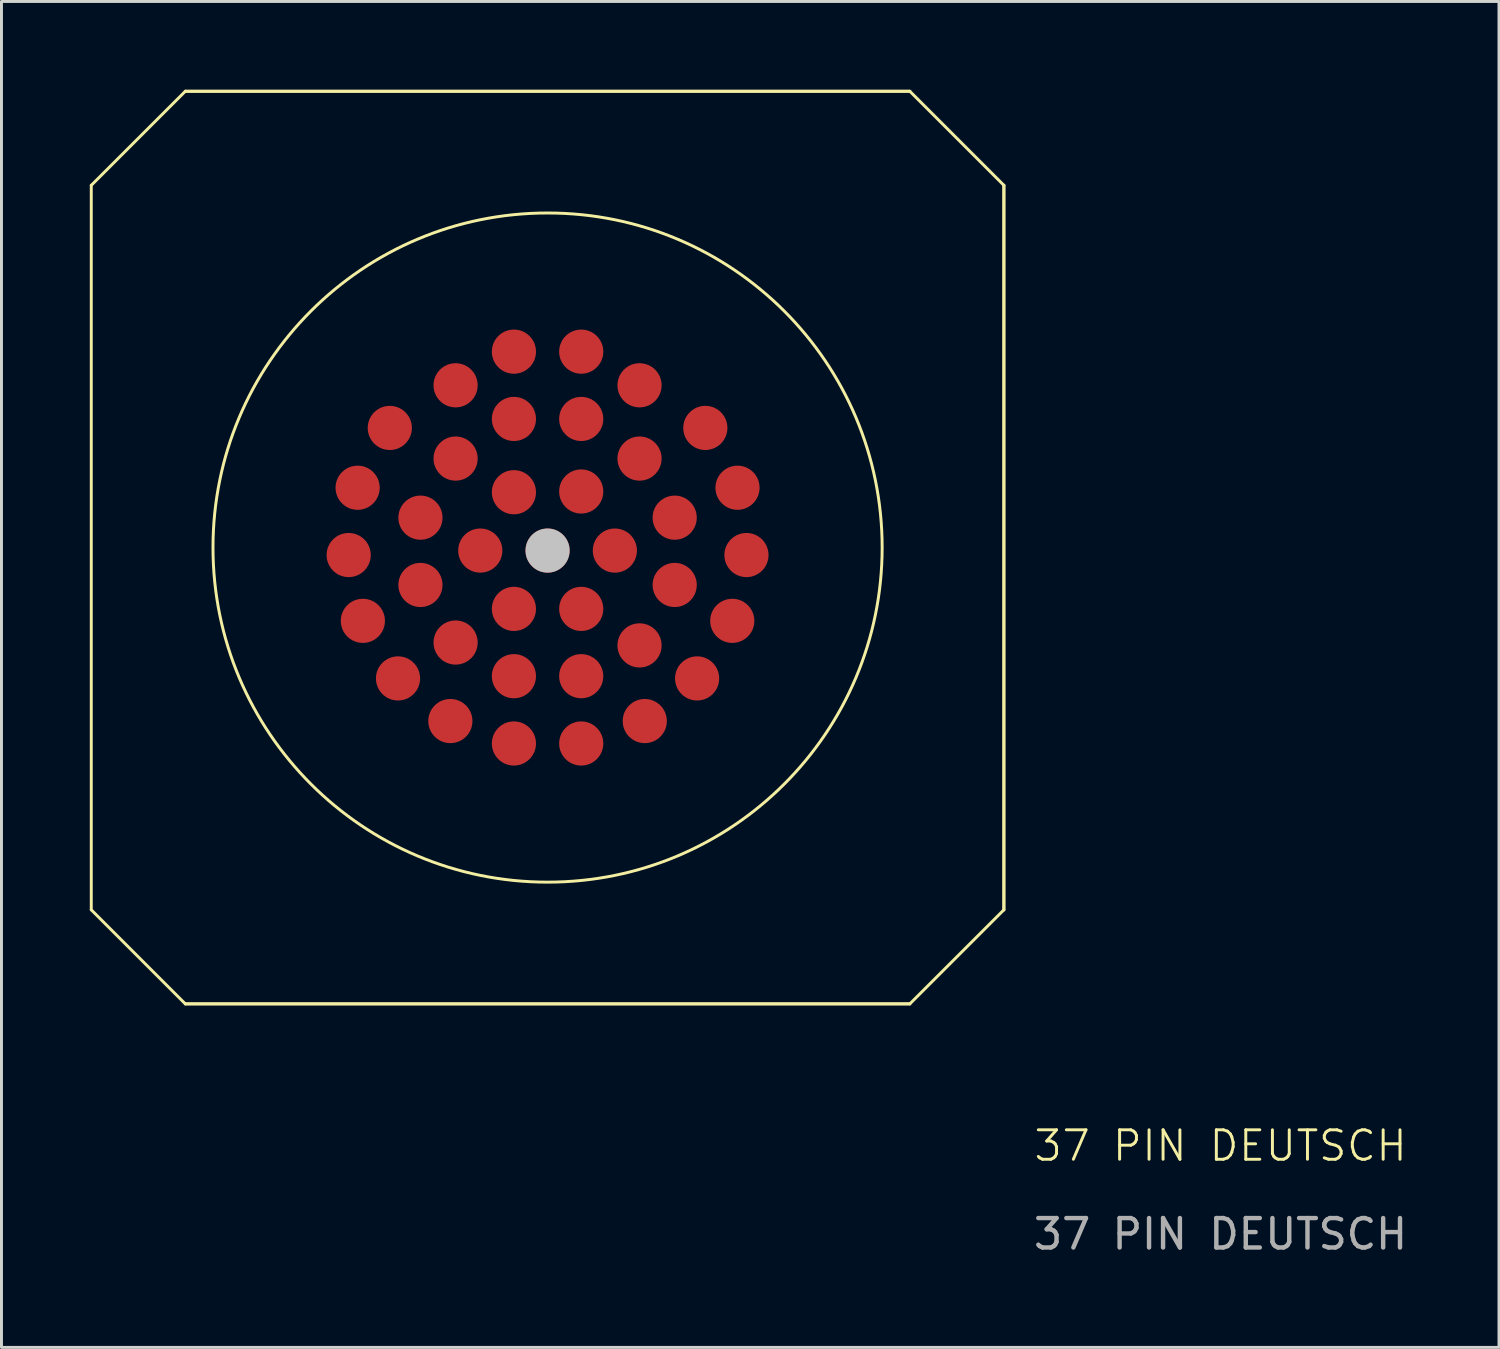
<source format=kicad_pcb>
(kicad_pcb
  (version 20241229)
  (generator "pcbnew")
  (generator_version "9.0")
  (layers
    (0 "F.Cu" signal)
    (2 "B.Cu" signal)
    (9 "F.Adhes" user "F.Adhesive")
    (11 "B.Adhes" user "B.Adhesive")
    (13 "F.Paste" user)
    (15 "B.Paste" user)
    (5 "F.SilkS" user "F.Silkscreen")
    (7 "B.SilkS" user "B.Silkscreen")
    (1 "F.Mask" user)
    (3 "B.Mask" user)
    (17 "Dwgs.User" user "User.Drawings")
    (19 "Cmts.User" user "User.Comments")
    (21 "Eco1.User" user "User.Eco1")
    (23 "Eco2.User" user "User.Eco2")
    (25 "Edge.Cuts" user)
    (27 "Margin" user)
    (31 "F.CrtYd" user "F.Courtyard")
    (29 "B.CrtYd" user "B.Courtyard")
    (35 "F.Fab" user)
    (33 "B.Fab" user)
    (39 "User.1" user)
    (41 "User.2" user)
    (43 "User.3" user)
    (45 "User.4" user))
  (footprint "37 PIN DEUTSCH"
    (layer "F.Cu")
    (at 15.55 15.55)
    (property "Reference" "37 PIN DEUTSCH" (at 22.86 20.32 0) (unlocked yes) (layer "F.SilkS") (effects (font (size 1 1) (thickness 0.1))))
    (attr smd)
    (fp_line (start -15.5 -12.305) (end -12.305 -15.5) (stroke (width 0.1) (type default)) (layer "F.SilkS"))
    (fp_line (start -15.5 12.305) (end -15.5 -12.305) (stroke (width 0.1) (type default)) (layer "F.SilkS"))
    (fp_line (start -12.305 -15.5) (end 12.305 -15.5) (stroke (width 0.1) (type default)) (layer "F.SilkS"))
    (fp_line (start -12.305 -15.5) (end 12.305 -15.5) (stroke (width 0.1) (type default)) (layer "F.SilkS"))
    (fp_line (start -12.305 15.5) (end -15.5 12.305) (stroke (width 0.1) (type default)) (layer "F.SilkS"))
    (fp_line (start -12.305 15.5) (end 12.305 15.5) (stroke (width 0.1) (type default)) (layer "F.SilkS"))
    (fp_line (start 12.305 -15.5) (end 15.5 -12.305) (stroke (width 0.1) (type default)) (layer "F.SilkS"))
    (fp_line (start 12.305 15.5) (end -12.305 15.5) (stroke (width 0.1) (type default)) (layer "F.SilkS"))
    (fp_line (start 15.5 -12.305) (end 15.5 12.305) (stroke (width 0.1) (type default)) (layer "F.SilkS"))
    (fp_line (start 15.5 12.305) (end 12.305 15.5) (stroke (width 0.1) (type default)) (layer "F.SilkS"))
    (fp_line (start 15.5 12.305) (end 15.5 -12.305) (stroke (width 0.1) (type default)) (layer "F.SilkS"))
    (fp_circle (center 0 0) (end 11.365 0) (stroke (width 0.1) (type default)) (fill no) (layer "F.SilkS"))
    (fp_text user "${REFERENCE}" (at 22.86 23.32 0) (unlocked yes) (layer "F.Fab") (effects (font (size 1 1) (thickness 0.15))))
    (pad "1" smd circle (at 1.143 -6.655) (size 1.5 1.5) (layers "F.Cu" "F.Mask" "F.Paste"))
    (pad "2" smd circle (at 3.124 -5.512) (size 1.5 1.5) (layers "F.Cu" "F.Mask" "F.Paste"))
    (pad "3" smd circle (at 5.359 -4.064) (size 1.5 1.5) (layers "F.Cu" "F.Mask" "F.Paste"))
    (pad "4" smd circle (at 6.452 -2.032) (size 1.5 1.5) (layers "F.Cu" "F.Mask" "F.Paste"))
    (pad "5" smd circle (at 6.756 0.254) (size 1.5 1.5) (layers "F.Cu" "F.Mask" "F.Paste"))
    (pad "6" smd circle (at 6.274 2.489) (size 1.5 1.5) (layers "F.Cu" "F.Mask" "F.Paste"))
    (pad "7" smd circle (at 5.08 4.445) (size 1.5 1.5) (layers "F.Cu" "F.Mask" "F.Paste"))
    (pad "8" smd circle (at 3.302 5.893) (size 1.5 1.5) (layers "F.Cu" "F.Mask" "F.Paste"))
    (pad "9" smd circle (at 1.143 6.655) (size 1.5 1.5) (layers "F.Cu" "F.Mask" "F.Paste"))
    (pad "10" smd circle (at -1.143 6.655) (size 1.5 1.5) (layers "F.Cu" "F.Mask" "F.Paste"))
    (pad "11" smd circle (at -3.302 5.893) (size 1.5 1.5) (layers "F.Cu" "F.Mask" "F.Paste"))
    (pad "12" smd circle (at -5.08 4.445) (size 1.5 1.5) (layers "F.Cu" "F.Mask" "F.Paste"))
    (pad "13" smd circle (at -6.274 2.489) (size 1.5 1.5) (layers "F.Cu" "F.Mask" "F.Paste"))
    (pad "14" smd circle (at -6.756 0.254) (size 1.5 1.5) (layers "F.Cu" "F.Mask" "F.Paste"))
    (pad "15" smd circle (at -6.452 -2.032) (size 1.5 1.5) (layers "F.Cu" "F.Mask" "F.Paste"))
    (pad "16" smd circle (at -5.359 -4.064) (size 1.5 1.5) (layers "F.Cu" "F.Mask" "F.Paste"))
    (pad "17" smd circle (at -3.124 -5.512) (size 1.5 1.5) (layers "F.Cu" "F.Mask" "F.Paste"))
    (pad "18" smd circle (at -1.143 -6.655) (size 1.5 1.5) (layers "F.Cu" "F.Mask" "F.Paste"))
    (pad "19" smd circle (at 1.143 -4.369) (size 1.5 1.5) (layers "F.Cu" "F.Mask" "F.Paste"))
    (pad "20" smd circle (at 3.124 -3.023) (size 1.5 1.5) (layers "F.Cu" "F.Mask" "F.Paste"))
    (pad "21" smd circle (at 4.318 -1.016) (size 1.5 1.5) (layers "F.Cu" "F.Mask" "F.Paste"))
    (pad "22" smd circle (at 4.318 1.27) (size 1.5 1.5) (layers "F.Cu" "F.Mask" "F.Paste"))
    (pad "23" smd circle (at 3.124 3.323) (size 1.5 1.5) (layers "F.Cu" "F.Mask" "F.Paste"))
    (pad "24" smd circle (at 1.143 4.369) (size 1.5 1.5) (layers "F.Cu" "F.Mask" "F.Paste"))
    (pad "25" smd circle (at -1.143 4.369) (size 1.5 1.5) (layers "F.Cu" "F.Mask" "F.Paste"))
    (pad "26" smd circle (at -3.124 3.226) (size 1.5 1.5) (layers "F.Cu" "F.Mask" "F.Paste"))
    (pad "27" smd circle (at -4.318 1.27) (size 1.5 1.5) (layers "F.Cu" "F.Mask" "F.Paste"))
    (pad "28" smd circle (at -4.318 -1.016) (size 1.5 1.5) (layers "F.Cu" "F.Mask" "F.Paste"))
    (pad "29" smd circle (at -3.124 -3.023) (size 1.5 1.5) (layers "F.Cu" "F.Mask" "F.Paste"))
    (pad "30" smd circle (at -1.143 -4.369) (size 1.5 1.5) (layers "F.Cu" "F.Mask" "F.Paste"))
    (pad "31" smd circle (at 1.143 -1.905) (size 1.5 1.5) (layers "F.Cu" "F.Mask" "F.Paste"))
    (pad "32" smd circle (at 2.286 0.102) (size 1.5 1.5) (layers "F.Cu" "F.Mask" "F.Paste"))
    (pad "33" smd circle (at 1.143 2.083) (size 1.5 1.5) (layers "F.Cu" "F.Mask" "F.Paste"))
    (pad "34" smd circle (at -1.143 2.083) (size 1.5 1.5) (layers "F.Cu" "F.Mask" "F.Paste"))
    (pad "35" smd circle (at -2.286 0.102) (size 1.5 1.5) (layers "F.Cu" "F.Mask" "F.Paste"))
    (pad "36" smd circle (at -1.143 -1.88) (size 1.5 1.5) (layers "F.Cu" "F.Mask" "F.Paste"))
    (pad "37" smd circle (at 0 0.102) (size 1.5 1.5) (layers "F.Cu" "F.Mask" "F.Paste" "Dwgs.User")))
  (gr_rect
    (start -3 -3)
    (end 47.868 42.718)
    (stroke (width 0.1) (type default))
    (fill no)
    (layer "Edge.Cuts")))
</source>
